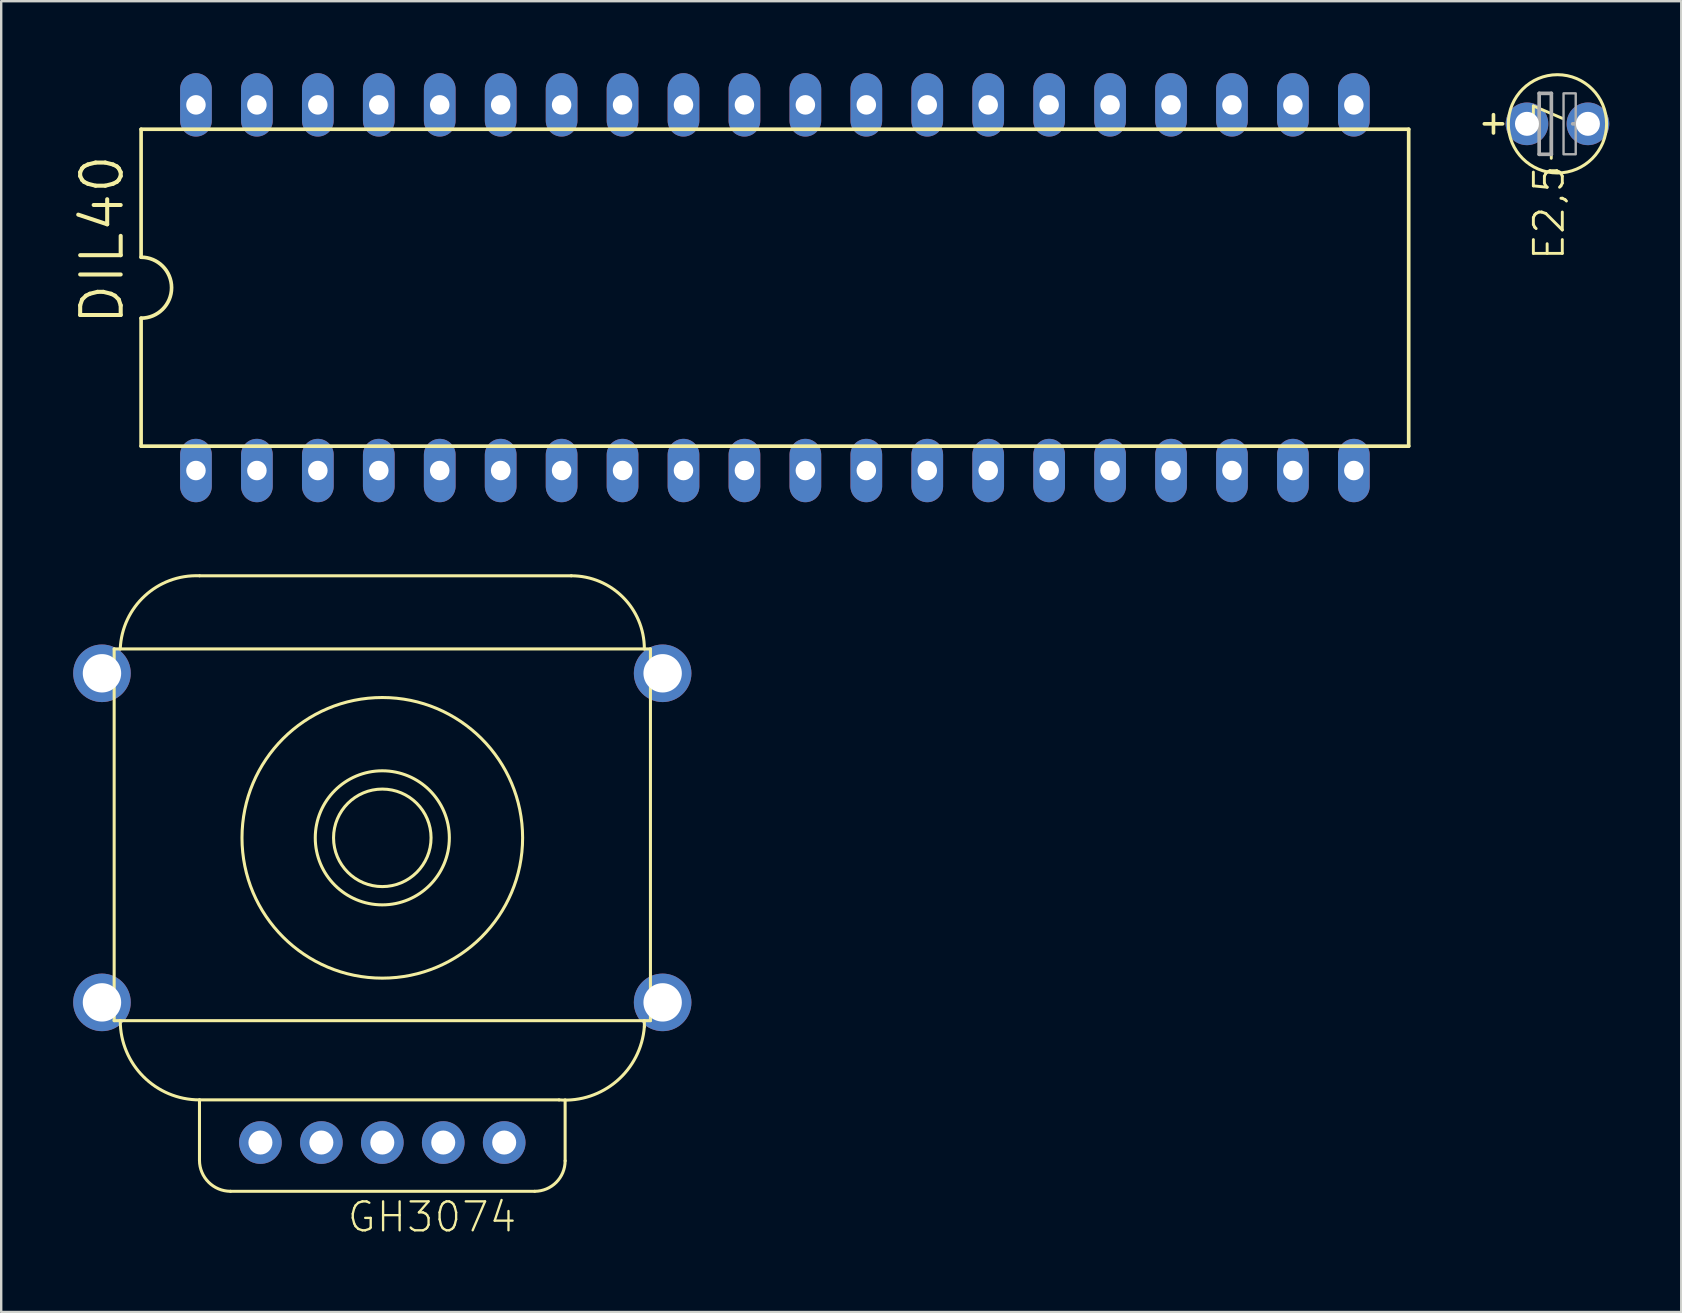
<source format=kicad_pcb>
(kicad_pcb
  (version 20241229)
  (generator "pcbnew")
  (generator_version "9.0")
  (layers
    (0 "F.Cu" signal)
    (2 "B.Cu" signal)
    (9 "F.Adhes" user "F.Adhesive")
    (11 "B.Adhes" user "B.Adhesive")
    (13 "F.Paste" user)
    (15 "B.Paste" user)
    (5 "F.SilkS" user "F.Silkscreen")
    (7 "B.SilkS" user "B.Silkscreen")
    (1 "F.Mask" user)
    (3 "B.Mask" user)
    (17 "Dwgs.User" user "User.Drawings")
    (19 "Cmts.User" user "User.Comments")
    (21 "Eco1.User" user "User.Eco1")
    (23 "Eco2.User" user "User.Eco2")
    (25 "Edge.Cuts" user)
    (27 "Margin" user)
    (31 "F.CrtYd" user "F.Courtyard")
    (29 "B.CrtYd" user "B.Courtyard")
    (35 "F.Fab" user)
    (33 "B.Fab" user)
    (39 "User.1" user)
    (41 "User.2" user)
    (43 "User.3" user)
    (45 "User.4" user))
  (footprint "E2,5-7"
    (layer "F.Cu")
    (at 61.863 2.111)
    (property "Reference" "E2,5-7" (at 0.356 5.766 270) (layer "F.SilkS") (effects (font (size 1.206 1.206) (thickness 0.121)) (justify left bottom)))
    (attr through_hole)
    (fp_line (start -3.048 0) (end -2.286 0) (stroke (width 0.152) (type solid)) (layer "F.SilkS"))
    (fp_line (start -2.667 0.381) (end -2.667 -0.381) (stroke (width 0.152) (type solid)) (layer "F.SilkS"))
    (fp_circle (center 0 0) (end 2.048 0) (stroke (width 0.127) (type solid)) (fill no) (layer "F.SilkS"))
    (fp_line (start -1.651 0) (end -0.762 0) (stroke (width 0.152) (type solid)) (layer "F.Fab"))
    (fp_line (start -0.762 -1.27) (end -0.762 0) (stroke (width 0.152) (type solid)) (layer "F.Fab"))
    (fp_line (start -0.762 0) (end -0.762 1.27) (stroke (width 0.152) (type solid)) (layer "F.Fab"))
    (fp_line (start -0.762 1.27) (end -0.254 1.27) (stroke (width 0.152) (type solid)) (layer "F.Fab"))
    (fp_line (start -0.254 -1.27) (end -0.762 -1.27) (stroke (width 0.152) (type solid)) (layer "F.Fab"))
    (fp_line (start -0.254 1.27) (end -0.254 -1.27) (stroke (width 0.152) (type solid)) (layer "F.Fab"))
    (fp_line (start 0.635 0) (end 1.651 0) (stroke (width 0.152) (type solid)) (layer "F.Fab"))
    (fp_poly (pts (xy 0.254 1.27) (xy 0.762 1.27) (xy 0.762 -1.27) (xy 0.254 -1.27)) (stroke (width 0.1) (type solid)) (fill no) (layer "F.Fab"))
    (pad "+" thru_hole circle (at -1.27 0) (size 1.778 1.778) (drill 1) (layers "*.Cu" "*.Mask"))
    (pad "-" thru_hole circle (at 1.27 0) (size 1.778 1.778) (drill 1) (layers "*.Cu" "*.Mask")))
  (footprint "DIL40"
    (layer "F.Cu")
    (at 29.247 8.941)
    (property "Reference" "DIL40" (at -27.051 1.651 90) (layer "F.SilkS") (effects (font (size 1.689 1.689) (thickness 0.169)) (justify left bottom)))
    (attr through_hole)
    (fp_line (start -26.416 -6.604) (end -26.416 -1.27) (stroke (width 0.152) (type solid)) (layer "F.SilkS"))
    (fp_line (start -26.416 -6.604) (end 26.416 -6.604) (stroke (width 0.152) (type solid)) (layer "F.SilkS"))
    (fp_line (start -26.416 1.27) (end -26.416 6.604) (stroke (width 0.152) (type solid)) (layer "F.SilkS"))
    (fp_line (start -26.416 6.604) (end 26.416 6.604) (stroke (width 0.152) (type solid)) (layer "F.SilkS"))
    (fp_line (start 26.416 6.604) (end 26.416 -6.604) (stroke (width 0.152) (type solid)) (layer "F.SilkS"))
    (fp_arc (start -26.416 -1.27) (mid -25.146 0) (end -26.416 1.27) (stroke (width 0.1524) (type solid)) (layer "F.SilkS"))
    (pad "1" thru_hole oval (at -24.13 7.62 90) (size 2.642 1.321) (drill 0.813) (layers "*.Cu" "*.Mask"))
    (pad "2" thru_hole oval (at -21.59 7.62 90) (size 2.642 1.321) (drill 0.813) (layers "*.Cu" "*.Mask"))
    (pad "3" thru_hole oval (at -19.05 7.62 90) (size 2.642 1.321) (drill 0.813) (layers "*.Cu" "*.Mask"))
    (pad "4" thru_hole oval (at -16.51 7.62 90) (size 2.642 1.321) (drill 0.813) (layers "*.Cu" "*.Mask"))
    (pad "5" thru_hole oval (at -13.97 7.62 90) (size 2.642 1.321) (drill 0.813) (layers "*.Cu" "*.Mask"))
    (pad "6" thru_hole oval (at -11.43 7.62 90) (size 2.642 1.321) (drill 0.813) (layers "*.Cu" "*.Mask"))
    (pad "7" thru_hole oval (at -8.89 7.62 90) (size 2.642 1.321) (drill 0.813) (layers "*.Cu" "*.Mask"))
    (pad "8" thru_hole oval (at -6.35 7.62 90) (size 2.642 1.321) (drill 0.813) (layers "*.Cu" "*.Mask"))
    (pad "9" thru_hole oval (at -3.81 7.62 90) (size 2.642 1.321) (drill 0.813) (layers "*.Cu" "*.Mask"))
    (pad "10" thru_hole oval (at -1.27 7.62 90) (size 2.642 1.321) (drill 0.813) (layers "*.Cu" "*.Mask"))
    (pad "11" thru_hole oval (at 1.27 7.62 90) (size 2.642 1.321) (drill 0.813) (layers "*.Cu" "*.Mask"))
    (pad "12" thru_hole oval (at 3.81 7.62 90) (size 2.642 1.321) (drill 0.813) (layers "*.Cu" "*.Mask"))
    (pad "13" thru_hole oval (at 6.35 7.62 90) (size 2.642 1.321) (drill 0.813) (layers "*.Cu" "*.Mask"))
    (pad "14" thru_hole oval (at 8.89 7.62 90) (size 2.642 1.321) (drill 0.813) (layers "*.Cu" "*.Mask"))
    (pad "15" thru_hole oval (at 11.43 7.62 90) (size 2.642 1.321) (drill 0.813) (layers "*.Cu" "*.Mask"))
    (pad "16" thru_hole oval (at 13.97 7.62 90) (size 2.642 1.321) (drill 0.813) (layers "*.Cu" "*.Mask"))
    (pad "17" thru_hole oval (at 16.51 7.62 90) (size 2.642 1.321) (drill 0.813) (layers "*.Cu" "*.Mask"))
    (pad "18" thru_hole oval (at 19.05 7.62 90) (size 2.642 1.321) (drill 0.813) (layers "*.Cu" "*.Mask"))
    (pad "19" thru_hole oval (at 21.59 7.62 90) (size 2.642 1.321) (drill 0.813) (layers "*.Cu" "*.Mask"))
    (pad "20" thru_hole oval (at 24.13 7.62 90) (size 2.642 1.321) (drill 0.813) (layers "*.Cu" "*.Mask"))
    (pad "21" thru_hole oval (at 24.13 -7.62 90) (size 2.642 1.321) (drill 0.813) (layers "*.Cu" "*.Mask"))
    (pad "22" thru_hole oval (at 21.59 -7.62 90) (size 2.642 1.321) (drill 0.813) (layers "*.Cu" "*.Mask"))
    (pad "23" thru_hole oval (at 19.05 -7.62 90) (size 2.642 1.321) (drill 0.813) (layers "*.Cu" "*.Mask"))
    (pad "24" thru_hole oval (at 16.51 -7.62 90) (size 2.642 1.321) (drill 0.813) (layers "*.Cu" "*.Mask"))
    (pad "25" thru_hole oval (at 13.97 -7.62 90) (size 2.642 1.321) (drill 0.813) (layers "*.Cu" "*.Mask"))
    (pad "26" thru_hole oval (at 11.43 -7.62 90) (size 2.642 1.321) (drill 0.813) (layers "*.Cu" "*.Mask"))
    (pad "27" thru_hole oval (at 8.89 -7.62 90) (size 2.642 1.321) (drill 0.813) (layers "*.Cu" "*.Mask"))
    (pad "28" thru_hole oval (at 6.35 -7.62 90) (size 2.642 1.321) (drill 0.813) (layers "*.Cu" "*.Mask"))
    (pad "29" thru_hole oval (at 3.81 -7.62 90) (size 2.642 1.321) (drill 0.813) (layers "*.Cu" "*.Mask"))
    (pad "30" thru_hole oval (at 1.27 -7.62 90) (size 2.642 1.321) (drill 0.813) (layers "*.Cu" "*.Mask"))
    (pad "31" thru_hole oval (at -1.27 -7.62 90) (size 2.642 1.321) (drill 0.813) (layers "*.Cu" "*.Mask"))
    (pad "32" thru_hole oval (at -3.81 -7.62 90) (size 2.642 1.321) (drill 0.813) (layers "*.Cu" "*.Mask"))
    (pad "33" thru_hole oval (at -6.35 -7.62 90) (size 2.642 1.321) (drill 0.813) (layers "*.Cu" "*.Mask"))
    (pad "34" thru_hole oval (at -8.89 -7.62 90) (size 2.642 1.321) (drill 0.813) (layers "*.Cu" "*.Mask"))
    (pad "35" thru_hole oval (at -11.43 -7.62 90) (size 2.642 1.321) (drill 0.813) (layers "*.Cu" "*.Mask"))
    (pad "36" thru_hole oval (at -13.97 -7.62 90) (size 2.642 1.321) (drill 0.813) (layers "*.Cu" "*.Mask"))
    (pad "37" thru_hole oval (at -16.51 -7.62 90) (size 2.642 1.321) (drill 0.813) (layers "*.Cu" "*.Mask"))
    (pad "38" thru_hole oval (at -19.05 -7.62 90) (size 2.642 1.321) (drill 0.813) (layers "*.Cu" "*.Mask"))
    (pad "39" thru_hole oval (at -21.59 -7.62 90) (size 2.642 1.321) (drill 0.813) (layers "*.Cu" "*.Mask"))
    (pad "40" thru_hole oval (at -24.13 -7.62 90) (size 2.642 1.321) (drill 0.813) (layers "*.Cu" "*.Mask")))
  (footprint "GH3074"
    (layer "F.Cu")
    (at 12.884 31.87)
    (property "Reference" "GH3074" (at -1.524 16.51 180) (layer "F.SilkS") (effects (font (size 1.206 1.206) (thickness 0.097)) (justify left bottom)))
    (attr through_hole)
    (fp_line (start -11.176 -7.874) (end -11.176 7.62) (stroke (width 0.127) (type solid)) (layer "F.SilkS"))
    (fp_line (start -11.176 7.62) (end -10.922 7.62) (stroke (width 0.127) (type solid)) (layer "F.SilkS"))
    (fp_line (start -10.922 -7.874) (end -11.176 -7.874) (stroke (width 0.127) (type solid)) (layer "F.SilkS"))
    (fp_line (start -10.922 -7.874) (end 10.922 -7.874) (stroke (width 0.127) (type solid)) (layer "F.SilkS"))
    (fp_line (start -7.62 -10.922) (end 7.874 -10.922) (stroke (width 0.127) (type solid)) (layer "F.SilkS"))
    (fp_line (start -7.62 10.922) (end -7.62 13.437) (stroke (width 0.127) (type solid)) (layer "F.SilkS"))
    (fp_line (start -6.325 14.732) (end 6.35 14.732) (stroke (width 0.127) (type solid)) (layer "F.SilkS"))
    (fp_line (start 7.366 10.922) (end -7.62 10.922) (stroke (width 0.127) (type solid)) (layer "F.SilkS"))
    (fp_line (start 7.62 13.462) (end 7.62 10.922) (stroke (width 0.127) (type solid)) (layer "F.SilkS"))
    (fp_line (start 10.922 -7.874) (end 11.176 -7.874) (stroke (width 0.127) (type solid)) (layer "F.SilkS"))
    (fp_line (start 10.922 7.62) (end -10.922 7.62) (stroke (width 0.127) (type solid)) (layer "F.SilkS"))
    (fp_line (start 10.922 7.62) (end 10.922 7.874) (stroke (width 0.127) (type solid)) (layer "F.SilkS"))
    (fp_line (start 11.176 -7.874) (end 11.176 7.62) (stroke (width 0.127) (type solid)) (layer "F.SilkS"))
    (fp_line (start 11.176 7.62) (end 10.922 7.62) (stroke (width 0.127) (type solid)) (layer "F.SilkS"))
    (fp_arc (start -10.922 -7.874) (mid -9.902261 -10.081867) (end -7.62 -10.922) (stroke (width 0.127) (type solid)) (layer "F.SilkS"))
    (fp_arc (start -7.62 10.922) (mid -9.954867 9.954867) (end -10.922 7.62) (stroke (width 0.127) (type solid)) (layer "F.SilkS"))
    (fp_arc (start -6.3249 14.732) (mid -7.240674 14.352674) (end -7.62 13.4369) (stroke (width 0.127) (type solid)) (layer "F.SilkS"))
    (fp_arc (start 7.62 13.462) (mid 7.248026 14.360026) (end 6.35 14.732) (stroke (width 0.127) (type solid)) (layer "F.SilkS"))
    (fp_arc (start 7.874 -10.922) (mid 10.029261 -10.029261) (end 10.922 -7.874) (stroke (width 0.127) (type solid)) (layer "F.SilkS"))
    (fp_arc (start 10.922 7.874) (mid 9.775261 10.134472) (end 7.366 10.922) (stroke (width 0.127) (type solid)) (layer "F.SilkS"))
    (fp_circle (center 0 0) (end 2.032 0) (stroke (width 0.127) (type solid)) (fill no) (layer "F.SilkS"))
    (fp_circle (center 0 0) (end 2.794 0) (stroke (width 0.127) (type solid)) (fill no) (layer "F.SilkS"))
    (fp_circle (center 0 0) (end 5.848 0) (stroke (width 0.127) (type solid)) (fill no) (layer "F.SilkS"))
    (pad "C" thru_hole circle (at 5.08 12.7) (size 1.778 1.778) (drill 1) (layers "*.Cu" "*.Mask"))
    (pad "MT1" thru_hole circle (at -11.684 -6.858) (size 2.4 2.4) (drill 1.6) (layers "*.Cu" "*.Mask"))
    (pad "MT2" thru_hole circle (at -11.684 6.858) (size 2.4 2.4) (drill 1.6) (layers "*.Cu" "*.Mask"))
    (pad "MT3" thru_hole circle (at 11.684 6.858) (size 2.4 2.4) (drill 1.6) (layers "*.Cu" "*.Mask"))
    (pad "MT4" thru_hole circle (at 11.684 -6.858) (size 2.4 2.4) (drill 1.6) (layers "*.Cu" "*.Mask"))
    (pad "P$1" thru_hole circle (at 2.54 12.7) (size 1.778 1.778) (drill 1) (layers "*.Cu" "*.Mask"))
    (pad "P$2" thru_hole circle (at 0 12.7) (size 1.778 1.778) (drill 1) (layers "*.Cu" "*.Mask"))
    (pad "P$4" thru_hole circle (at -2.54 12.7) (size 1.778 1.778) (drill 1) (layers "*.Cu" "*.Mask"))
    (pad "P$8" thru_hole circle (at -5.08 12.7) (size 1.778 1.778) (drill 1) (layers "*.Cu" "*.Mask")))
  (gr_rect
    (start -3 -3)
    (end 67.022 51.634)
    (stroke (width 0.1) (type default))
    (fill no)
    (layer "Edge.Cuts")))
</source>
